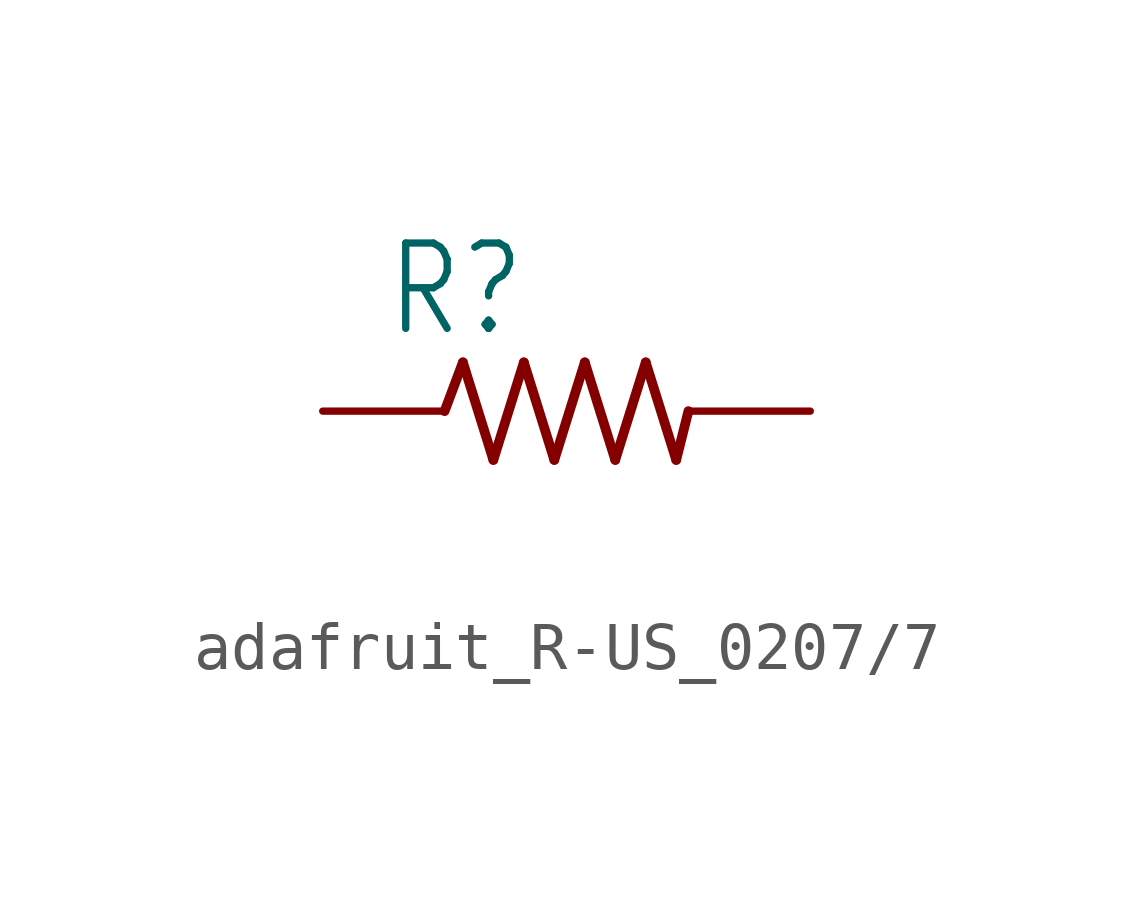
<source format=kicad_sym>
(kicad_symbol_lib
  (version 20220914)
  (generator kicad_symbol_editor)
  (symbol "adafruit_R-US_0207/7"
    (property "Reference" "R"
      (at -3.81 1.499 0)
      (effects (font (size 1.778 1.511)) (justify left bottom)))
    (property "Value" ""
      (at -3.81 -3.302 0)
      (effects (font (size 1.778 1.511)) (justify left bottom)))
    (property "ki_locked" ""
      (at 0 0 0)
      (effects (font (size 1.27 1.27))))
    (symbol "adafruit_R-US_0207/7_1_0"
      (polyline (pts (xy -2.54 0) (xy -2.159 1.016)) (stroke (width 0.203) (type solid)) (fill (type none)))
      (polyline (pts (xy -2.159 1.016) (xy -1.524 -1.016)) (stroke (width 0.203) (type solid)) (fill (type none)))
      (polyline (pts (xy -1.524 -1.016) (xy -0.889 1.016)) (stroke (width 0.203) (type solid)) (fill (type none)))
      (polyline (pts (xy -0.889 1.016) (xy -0.254 -1.016)) (stroke (width 0.203) (type solid)) (fill (type none)))
      (polyline (pts (xy -0.254 -1.016) (xy 0.381 1.016)) (stroke (width 0.203) (type solid)) (fill (type none)))
      (polyline (pts (xy 0.381 1.016) (xy 1.016 -1.016)) (stroke (width 0.203) (type solid)) (fill (type none)))
      (polyline (pts (xy 1.016 -1.016) (xy 1.651 1.016)) (stroke (width 0.203) (type solid)) (fill (type none)))
      (polyline (pts (xy 1.651 1.016) (xy 2.286 -1.016)) (stroke (width 0.203) (type solid)) (fill (type none)))
      (polyline (pts (xy 2.286 -1.016) (xy 2.54 0)) (stroke (width 0.203) (type solid)) (fill (type none)))
      (pin passive line (at -5.08 0 0) (length 2.54) (name "1" (effects (font (size 0 0)))) (number "1" (effects (font (size 0 0)))))
      (pin passive line (at 5.08 0 180) (length 2.54) (name "2" (effects (font (size 0 0)))) (number "2" (effects (font (size 0 0))))))))
</source>
